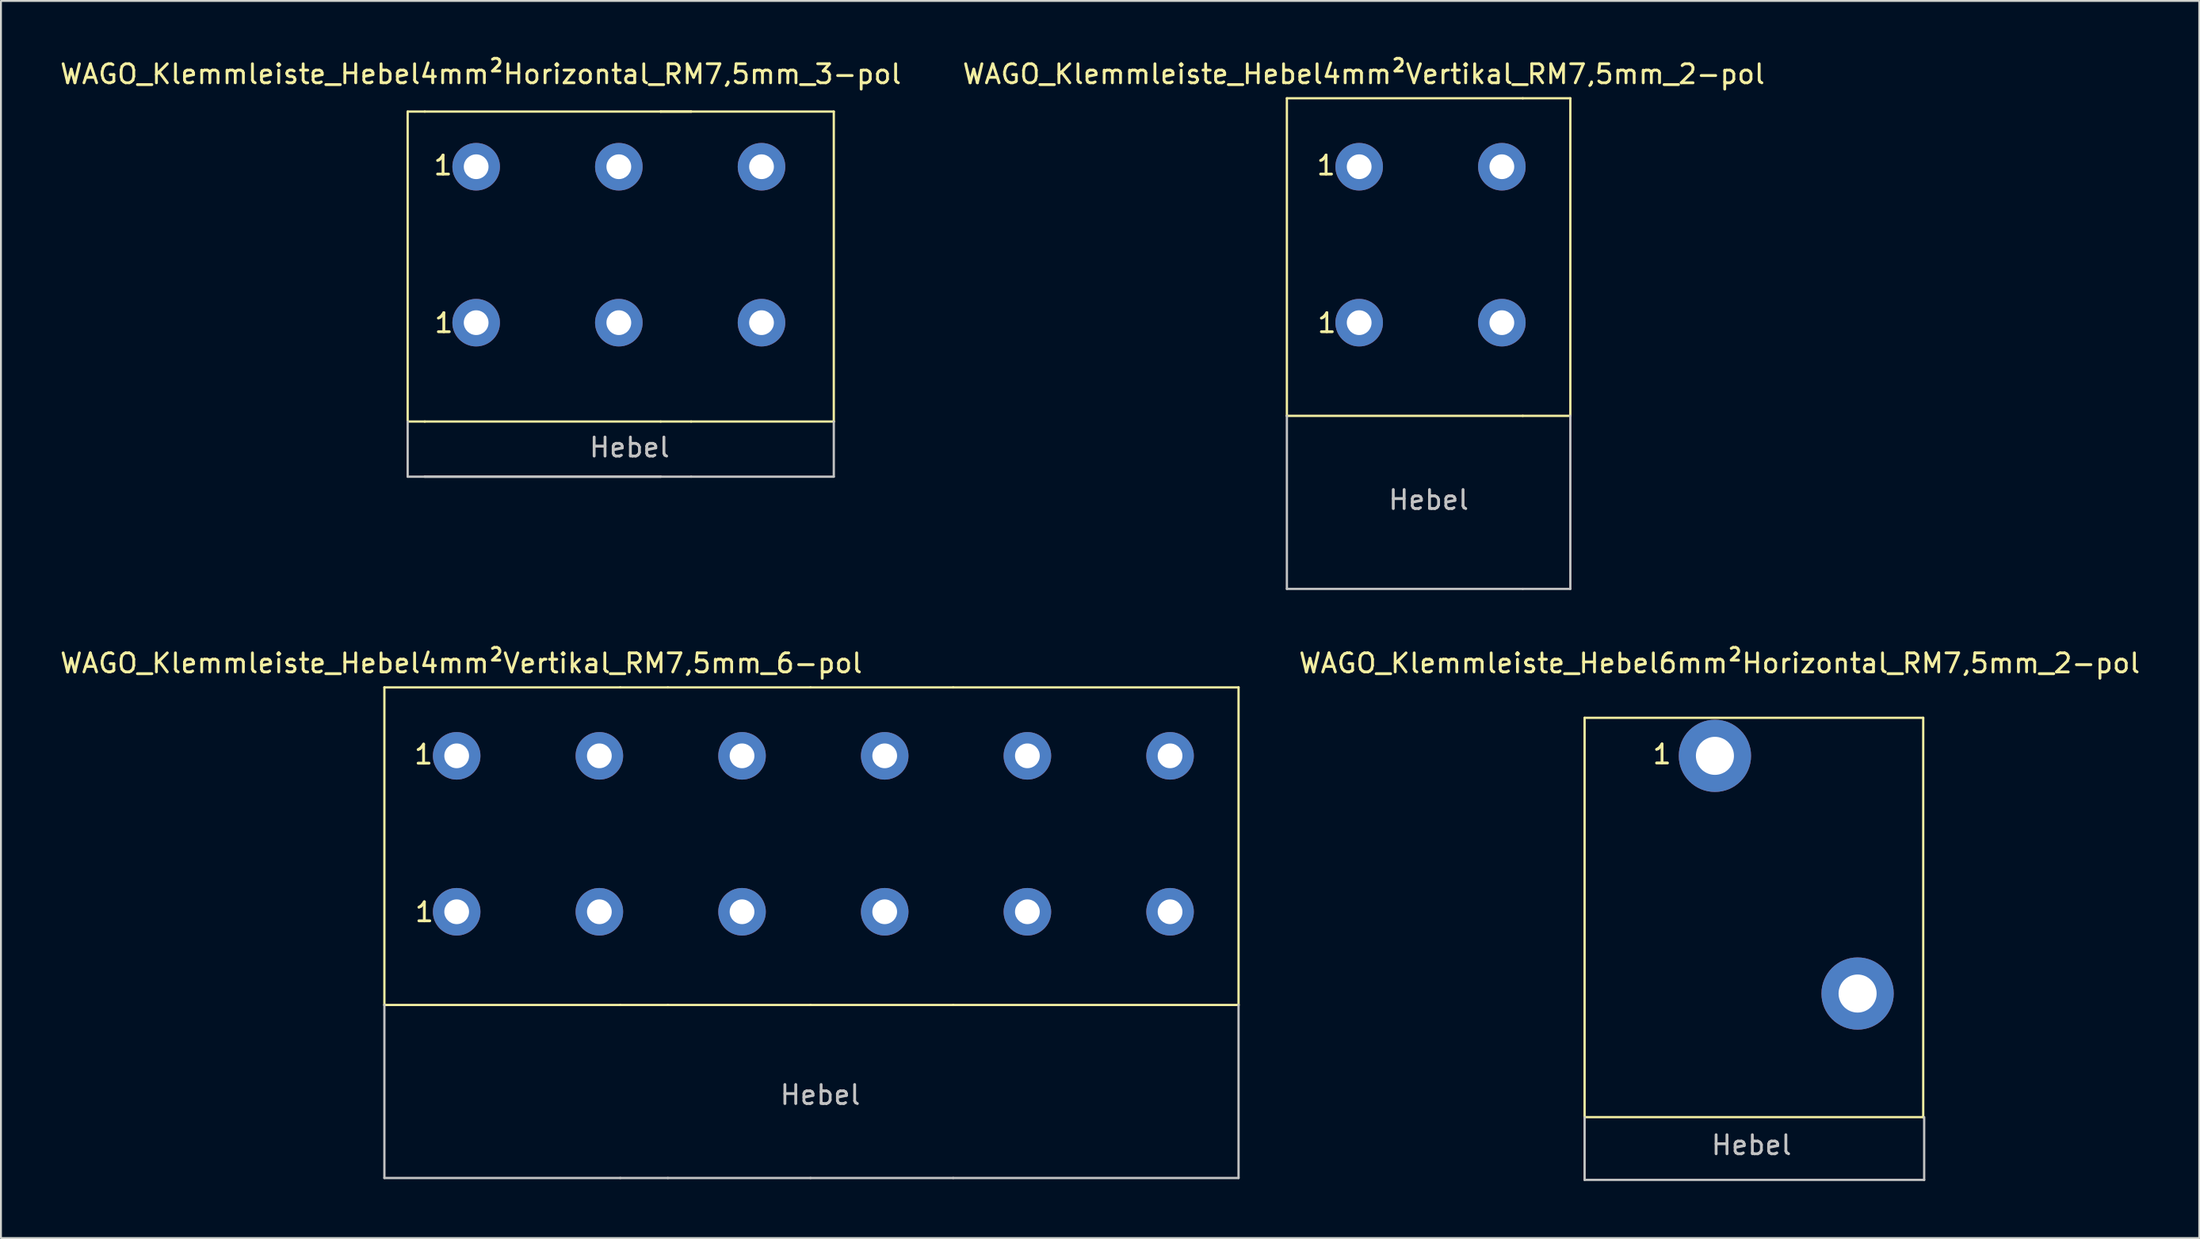
<source format=kicad_pcb>
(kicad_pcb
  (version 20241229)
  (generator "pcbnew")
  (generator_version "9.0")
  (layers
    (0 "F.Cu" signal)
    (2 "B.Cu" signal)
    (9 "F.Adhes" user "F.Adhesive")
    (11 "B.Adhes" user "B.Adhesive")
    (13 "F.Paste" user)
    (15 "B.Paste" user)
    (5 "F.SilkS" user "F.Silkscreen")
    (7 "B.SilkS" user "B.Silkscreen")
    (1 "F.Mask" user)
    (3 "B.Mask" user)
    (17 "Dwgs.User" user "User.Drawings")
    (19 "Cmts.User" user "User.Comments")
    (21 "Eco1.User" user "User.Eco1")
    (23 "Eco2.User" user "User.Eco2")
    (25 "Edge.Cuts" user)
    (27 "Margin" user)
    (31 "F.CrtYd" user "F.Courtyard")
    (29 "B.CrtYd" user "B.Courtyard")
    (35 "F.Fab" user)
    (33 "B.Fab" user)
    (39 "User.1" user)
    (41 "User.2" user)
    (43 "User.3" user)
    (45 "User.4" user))
  (footprint "WAGO_Klemmleiste_Hebel4mm²Horizontal_RM7,5mm_3-pol"
    (layer "F.Cu")
    (at 21.98 5.718)
    (property "Reference" "WAGO_Klemmleiste_Hebel4mm²Horizontal_RM7,5mm_3-pol" (at 0.24 -4.87 0) (layer "F.SilkS") (effects (font (size 1 1) (thickness 0.15))))
    (attr through_hole)
    (fp_line (start -3.6 -2.9) (end -3.6 13.4) (stroke (width 0.12) (type solid)) (layer "F.SilkS"))
    (fp_line (start -3.6 13.4) (end -2.7 13.4) (stroke (width 0.12) (type solid)) (layer "F.SilkS"))
    (fp_line (start -2.7 -2.9) (end -3.6 -2.9) (stroke (width 0.12) (type solid)) (layer "F.SilkS"))
    (fp_line (start -2.7 -2.9) (end 9.7 -2.9) (stroke (width 0.12) (type solid)) (layer "F.SilkS"))
    (fp_line (start 9.7 -2.9) (end 11.3 -2.9) (stroke (width 0.12) (type solid)) (layer "F.SilkS"))
    (fp_line (start 9.7 13.4) (end -2.7 13.4) (stroke (width 0.12) (type solid)) (layer "F.SilkS"))
    (fp_line (start 9.7 13.4) (end 11.3 13.4) (stroke (width 0.12) (type solid)) (layer "F.SilkS"))
    (fp_line (start 11.3 -2.9) (end 9.7 -2.9) (stroke (width 0.12) (type solid)) (layer "F.SilkS"))
    (fp_line (start 11.3 13.4) (end 18.8 13.4) (stroke (width 0.12) (type solid)) (layer "F.SilkS"))
    (fp_line (start 18.8 -2.9) (end 11.3 -2.9) (stroke (width 0.12) (type solid)) (layer "F.SilkS"))
    (fp_line (start 18.8 13.4) (end 18.8 -2.9) (stroke (width 0.12) (type solid)) (layer "F.SilkS"))
    (fp_line (start -3.6 13.4) (end -3.6 16.3) (stroke (width 0.12) (type solid)) (layer "Dwgs.User"))
    (fp_line (start -3.6 16.3) (end -2.7 16.3) (stroke (width 0.12) (type solid)) (layer "Dwgs.User"))
    (fp_line (start -2.7 16.3) (end 9.7 16.3) (stroke (width 0.12) (type solid)) (layer "Dwgs.User"))
    (fp_line (start -2.7 16.3) (end 9.7 16.3) (stroke (width 0.12) (type solid)) (layer "Dwgs.User"))
    (fp_line (start 11.3 16.3) (end 9.7 16.3) (stroke (width 0.12) (type solid)) (layer "Dwgs.User"))
    (fp_line (start 11.3 16.3) (end 18.8 16.3) (stroke (width 0.12) (type solid)) (layer "Dwgs.User"))
    (fp_line (start 18.8 16.3) (end 18.8 13.4) (stroke (width 0.12) (type solid)) (layer "Dwgs.User"))
    (fp_text user "1" (at -1.74 -0.07 0) (layer "F.SilkS") (effects (font (size 1 1) (thickness 0.15))))
    (fp_text user "1" (at -1.7 8.22 0) (layer "F.SilkS") (effects (font (size 1 1) (thickness 0.15))))
    (fp_text user "Hebel" (at 8.06 14.76 0) (layer "Dwgs.User") (effects (font (size 1 1) (thickness 0.15))))
    (pad "1" thru_hole circle (at 0 0) (size 2.5 2.5) (drill 1.3) (layers "*.Cu" "*.Mask"))
    (pad "1" thru_hole circle (at 0 8.2) (size 2.5 2.5) (drill 1.3) (layers "*.Cu" "*.Mask"))
    (pad "2" thru_hole circle (at 7.5 0) (size 2.5 2.5) (drill 1.3) (layers "*.Cu" "*.Mask"))
    (pad "2" thru_hole circle (at 7.5 8.2) (size 2.5 2.5) (drill 1.3) (layers "*.Cu" "*.Mask"))
    (pad "3" thru_hole circle (at 15 0) (size 2.5 2.5) (drill 1.3) (layers "*.Cu" "*.Mask"))
    (pad "3" thru_hole circle (at 15 8.2) (size 2.5 2.5) (drill 1.3) (layers "*.Cu" "*.Mask")))
  (footprint "WAGO_Klemmleiste_Hebel4mm²Vertikal_RM7,5mm_6-pol"
    (layer "F.Cu")
    (at 20.956 36.697)
    (property "Reference" "WAGO_Klemmleiste_Hebel4mm²Vertikal_RM7,5mm_6-pol" (at 0.24 -4.87 0) (layer "F.SilkS") (effects (font (size 1 1) (thickness 0.15))))
    (attr through_hole)
    (fp_line (start -3.8 -3.6) (end -3.8 13.1) (stroke (width 0.12) (type solid)) (layer "F.SilkS"))
    (fp_line (start -3.8 13.1) (end 8.6 13.1) (stroke (width 0.12) (type solid)) (layer "F.SilkS"))
    (fp_line (start 8.6 -3.6) (end -3.8 -3.6) (stroke (width 0.12) (type solid)) (layer "F.SilkS"))
    (fp_line (start 8.6 -3.6) (end 11.1 -3.6) (stroke (width 0.12) (type solid)) (layer "F.SilkS"))
    (fp_line (start 11.1 -3.6) (end 18.6 -3.6) (stroke (width 0.12) (type solid)) (layer "F.SilkS"))
    (fp_line (start 11.1 13.1) (end 8.6 13.1) (stroke (width 0.12) (type solid)) (layer "F.SilkS"))
    (fp_line (start 18.6 -3.6) (end 26.1 -3.6) (stroke (width 0.12) (type solid)) (layer "F.SilkS"))
    (fp_line (start 18.6 13.1) (end 11.1 13.1) (stroke (width 0.12) (type solid)) (layer "F.SilkS"))
    (fp_line (start 26.1 -3.6) (end 41.1 -3.6) (stroke (width 0.12) (type solid)) (layer "F.SilkS"))
    (fp_line (start 26.1 13.1) (end 18.6 13.1) (stroke (width 0.12) (type solid)) (layer "F.SilkS"))
    (fp_line (start 41.1 -3.6) (end 41.1 13.1) (stroke (width 0.12) (type solid)) (layer "F.SilkS"))
    (fp_line (start 41.1 13.1) (end 26.1 13.1) (stroke (width 0.12) (type solid)) (layer "F.SilkS"))
    (fp_line (start -3.8 13.1) (end -3.8 22.2) (stroke (width 0.12) (type solid)) (layer "Dwgs.User"))
    (fp_line (start -3.8 22.2) (end 8.6 22.2) (stroke (width 0.12) (type solid)) (layer "Dwgs.User"))
    (fp_line (start 11.1 22.2) (end 8.6 22.2) (stroke (width 0.12) (type solid)) (layer "Dwgs.User"))
    (fp_line (start 11.1 22.2) (end 18.6 22.2) (stroke (width 0.12) (type solid)) (layer "Dwgs.User"))
    (fp_line (start 26.1 22.2) (end 18.6 22.2) (stroke (width 0.12) (type solid)) (layer "Dwgs.User"))
    (fp_line (start 26.1 22.2) (end 41.1 22.2) (stroke (width 0.12) (type solid)) (layer "Dwgs.User"))
    (fp_line (start 41.1 22.2) (end 41.1 13.1) (stroke (width 0.12) (type solid)) (layer "Dwgs.User"))
    (fp_text user "1" (at -1.74 -0.07 0) (layer "F.SilkS") (effects (font (size 1 1) (thickness 0.15))))
    (fp_text user "1" (at -1.7 8.22 0) (layer "F.SilkS") (effects (font (size 1 1) (thickness 0.15))))
    (fp_text user "Hebel" (at 19.11 17.83 0) (layer "Dwgs.User") (effects (font (size 1 1) (thickness 0.15))))
    (pad "1" thru_hole circle (at 0 0) (size 2.5 2.5) (drill 1.3) (layers "*.Cu" "*.Mask"))
    (pad "1" thru_hole circle (at 0 8.2) (size 2.5 2.5) (drill 1.3) (layers "*.Cu" "*.Mask"))
    (pad "2" thru_hole circle (at 7.5 0) (size 2.5 2.5) (drill 1.3) (layers "*.Cu" "*.Mask"))
    (pad "2" thru_hole circle (at 7.5 8.2) (size 2.5 2.5) (drill 1.3) (layers "*.Cu" "*.Mask"))
    (pad "3" thru_hole circle (at 15 0) (size 2.5 2.5) (drill 1.3) (layers "*.Cu" "*.Mask"))
    (pad "3" thru_hole circle (at 15 8.2) (size 2.5 2.5) (drill 1.3) (layers "*.Cu" "*.Mask"))
    (pad "4" thru_hole circle (at 22.5 0) (size 2.5 2.5) (drill 1.3) (layers "*.Cu" "*.Mask"))
    (pad "4" thru_hole circle (at 22.5 8.2) (size 2.5 2.5) (drill 1.3) (layers "*.Cu" "*.Mask"))
    (pad "5" thru_hole circle (at 30 0) (size 2.5 2.5) (drill 1.3) (layers "*.Cu" "*.Mask"))
    (pad "5" thru_hole circle (at 30 8.2) (size 2.5 2.5) (drill 1.3) (layers "*.Cu" "*.Mask"))
    (pad "6" thru_hole circle (at 37.5 0) (size 2.5 2.5) (drill 1.3) (layers "*.Cu" "*.Mask"))
    (pad "6" thru_hole circle (at 37.5 8.2) (size 2.5 2.5) (drill 1.3) (layers "*.Cu" "*.Mask")))
  (footprint "WAGO_Klemmleiste_Hebel6mm²Horizontal_RM7,5mm_2-pol"
    (layer "F.Cu")
    (at 87.097 36.697)
    (property "Reference" "WAGO_Klemmleiste_Hebel6mm²Horizontal_RM7,5mm_2-pol" (at 0.24 -4.87 0) (layer "F.SilkS") (effects (font (size 1 1) (thickness 0.15))))
    (attr through_hole)
    (fp_line (start -6.85 -2) (end -6.85 19) (stroke (width 0.12) (type solid)) (layer "F.SilkS"))
    (fp_line (start -6.85 -2) (end 10.95 -2) (stroke (width 0.12) (type solid)) (layer "F.SilkS"))
    (fp_line (start -6.85 19) (end 10.95 19) (stroke (width 0.12) (type solid)) (layer "F.SilkS"))
    (fp_line (start 10.95 -2) (end 10.95 19) (stroke (width 0.12) (type solid)) (layer "F.SilkS"))
    (fp_line (start -6.85 19) (end -6.85 22.3) (stroke (width 0.12) (type solid)) (layer "Dwgs.User"))
    (fp_line (start -6.85 22.3) (end 11 22.3) (stroke (width 0.12) (type solid)) (layer "Dwgs.User"))
    (fp_line (start 11 22.3) (end 11 19) (stroke (width 0.12) (type solid)) (layer "Dwgs.User"))
    (fp_text user "1" (at -2.78 -0.08 0) (layer "F.SilkS") (effects (font (size 1 1) (thickness 0.15))))
    (fp_text user "Hebel" (at 1.92 20.47 0) (layer "Dwgs.User") (effects (font (size 1 1) (thickness 0.15))))
    (pad "1" thru_hole circle (at 0 0) (size 3.8 3.8) (drill 2) (layers "*.Cu" "*.Mask"))
    (pad "2" thru_hole circle (at 7.5 12.5) (size 3.8 3.8) (drill 2) (layers "*.Cu" "*.Mask")))
  (footprint "WAGO_Klemmleiste_Hebel4mm²Vertikal_RM7,5mm_2-pol"
    (layer "F.Cu")
    (at 68.397 5.718)
    (property "Reference" "WAGO_Klemmleiste_Hebel4mm²Vertikal_RM7,5mm_2-pol" (at 0.24 -4.87 0) (layer "F.SilkS") (effects (font (size 1 1) (thickness 0.15))))
    (attr through_hole)
    (fp_line (start -3.8 -3.6) (end -3.8 13.1) (stroke (width 0.12) (type solid)) (layer "F.SilkS"))
    (fp_line (start -3.8 13.1) (end 8.6 13.1) (stroke (width 0.12) (type solid)) (layer "F.SilkS"))
    (fp_line (start 8.6 -3.6) (end -3.8 -3.6) (stroke (width 0.12) (type solid)) (layer "F.SilkS"))
    (fp_line (start 8.6 -3.6) (end 11.1 -3.6) (stroke (width 0.12) (type solid)) (layer "F.SilkS"))
    (fp_line (start 11.1 -3.6) (end 11.1 13.1) (stroke (width 0.12) (type solid)) (layer "F.SilkS"))
    (fp_line (start 11.1 13.1) (end 8.6 13.1) (stroke (width 0.12) (type solid)) (layer "F.SilkS"))
    (fp_line (start -3.8 13.1) (end -3.8 22.2) (stroke (width 0.12) (type solid)) (layer "Dwgs.User"))
    (fp_line (start -3.8 22.2) (end 8.6 22.2) (stroke (width 0.12) (type solid)) (layer "Dwgs.User"))
    (fp_line (start 11.1 13.1) (end 11.1 22.2) (stroke (width 0.12) (type solid)) (layer "Dwgs.User"))
    (fp_line (start 11.1 22.2) (end 8.6 22.2) (stroke (width 0.12) (type solid)) (layer "Dwgs.User"))
    (fp_text user "1" (at -1.74 -0.07 0) (layer "F.SilkS") (effects (font (size 1 1) (thickness 0.15))))
    (fp_text user "1" (at -1.7 8.22 0) (layer "F.SilkS") (effects (font (size 1 1) (thickness 0.15))))
    (fp_text user "Hebel" (at 3.65 17.52 0) (layer "Dwgs.User") (effects (font (size 1 1) (thickness 0.15))))
    (pad "1" thru_hole circle (at 0 0) (size 2.5 2.5) (drill 1.3) (layers "*.Cu" "*.Mask"))
    (pad "1" thru_hole circle (at 0 8.2) (size 2.5 2.5) (drill 1.3) (layers "*.Cu" "*.Mask"))
    (pad "2" thru_hole circle (at 7.5 0) (size 2.5 2.5) (drill 1.3) (layers "*.Cu" "*.Mask"))
    (pad "2" thru_hole circle (at 7.5 8.2) (size 2.5 2.5) (drill 1.3) (layers "*.Cu" "*.Mask")))
  (gr_rect
    (start -3 -3)
    (end 112.557 62.056)
    (stroke (width 0.1) (type default))
    (fill no)
    (layer "Edge.Cuts")))
</source>
